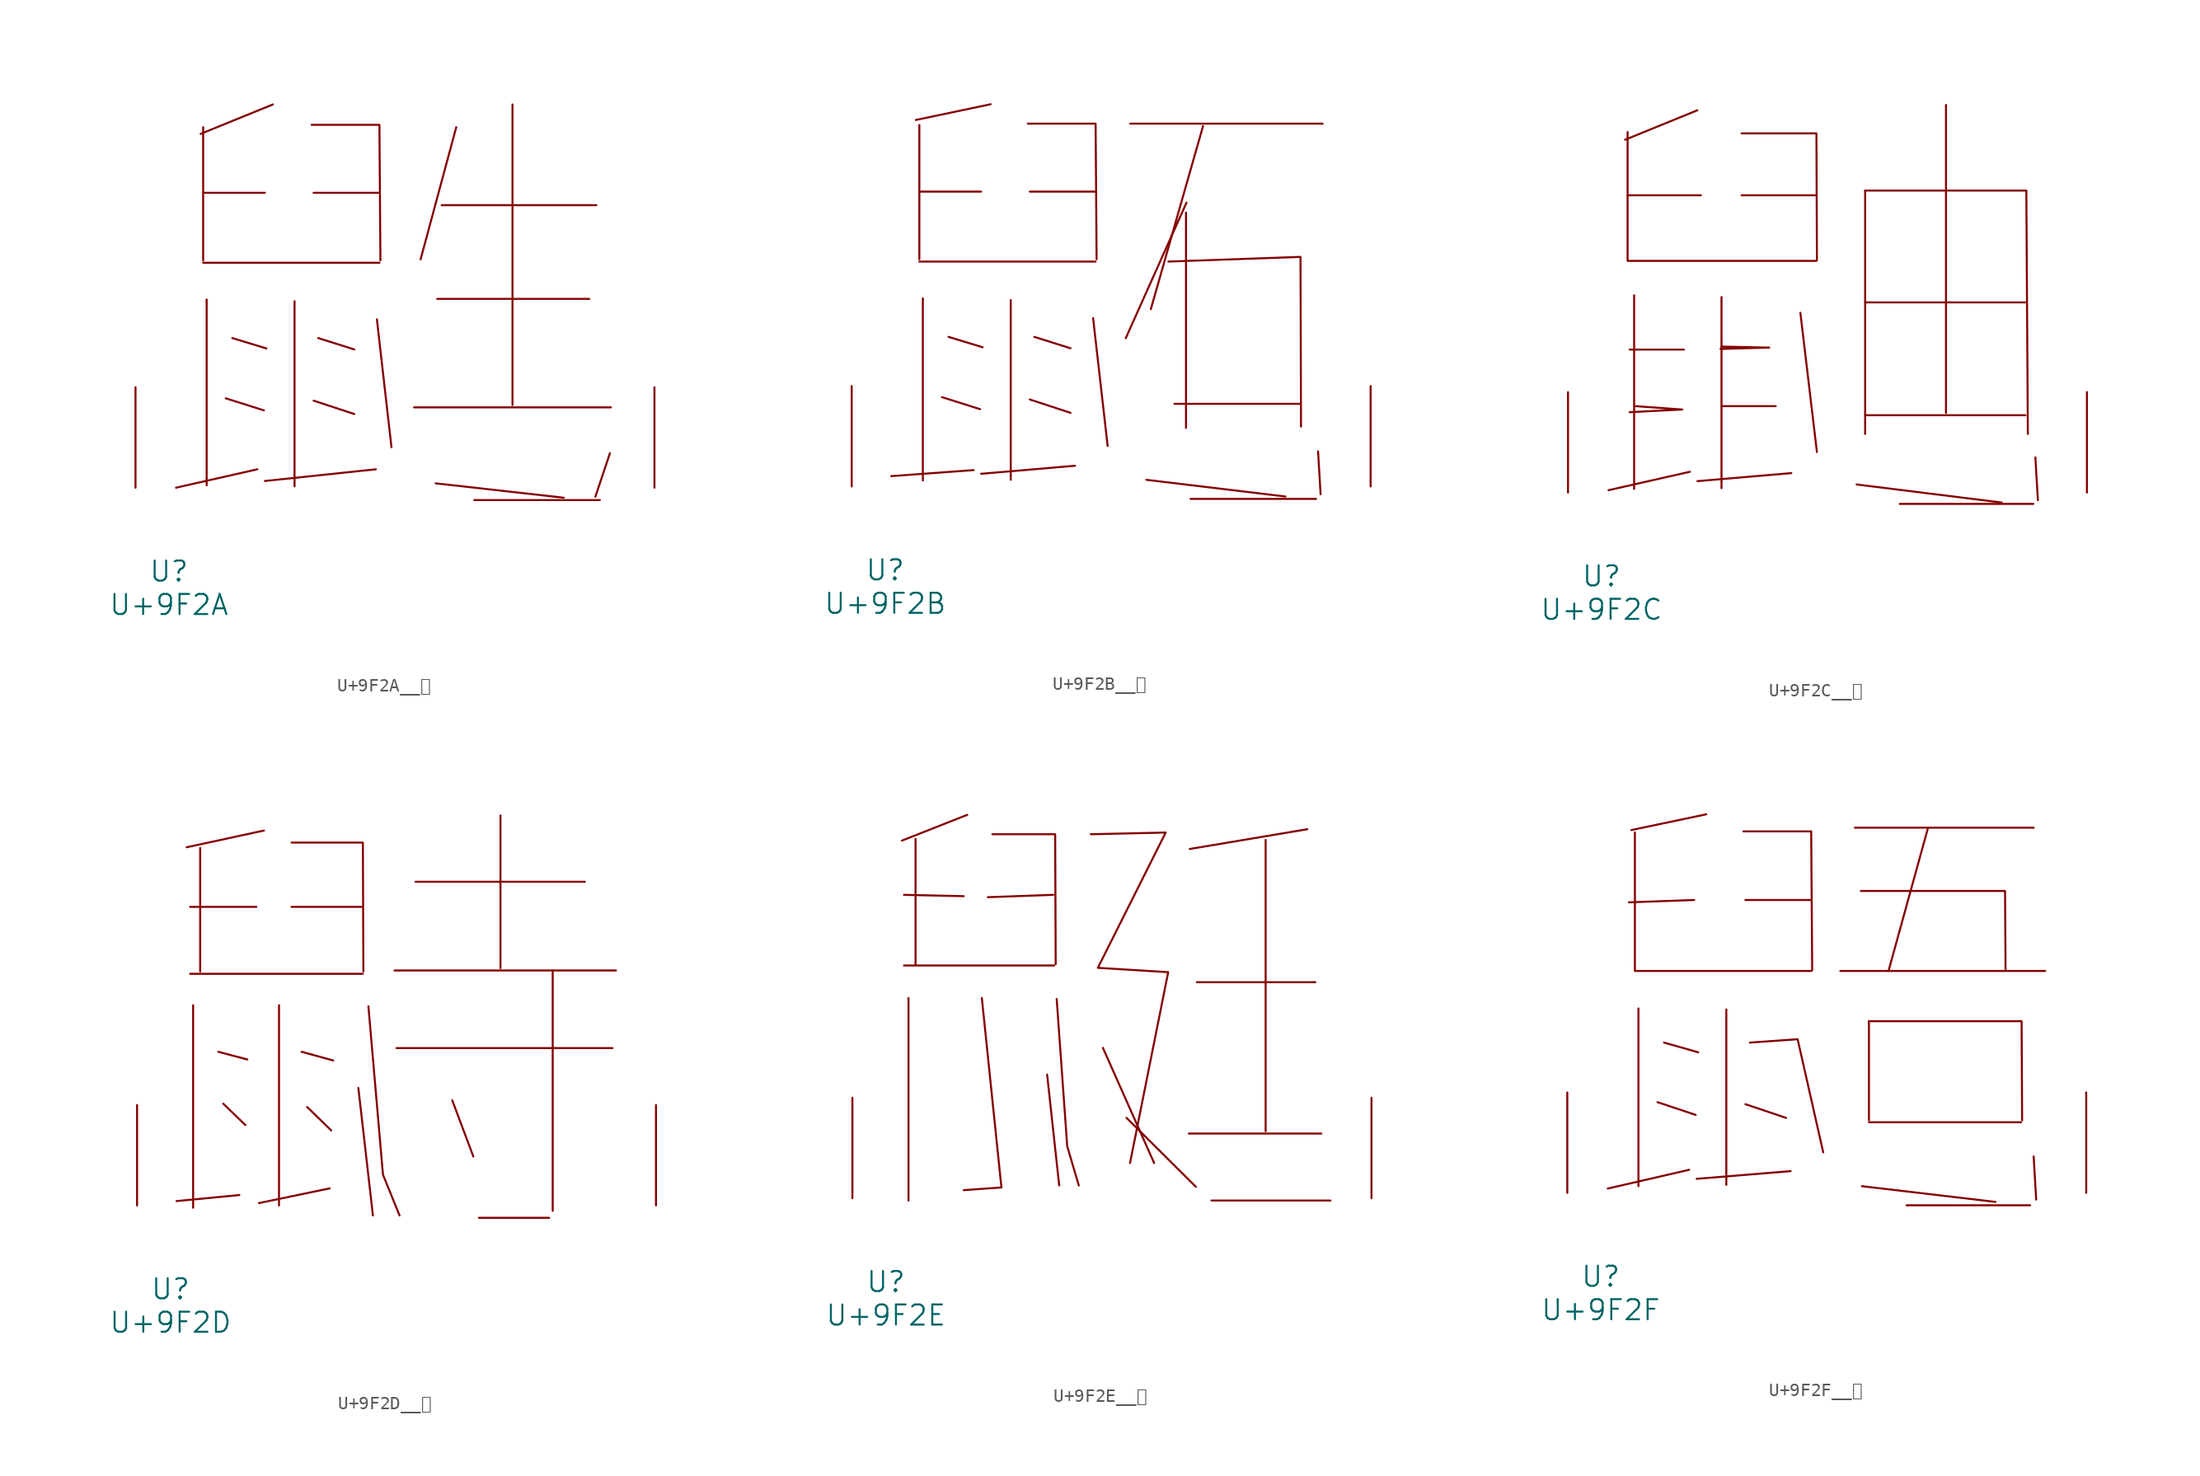
<source format=kicad_sym>
(kicad_symbol_lib
  (version 20231120)
  (generator "kicad_symbol_editor")
  (generator_version "8.0")
  (symbol "U+9F2A__鼪"
    (pin_names
      (offset 1.016))
    (property "Reference" "U"
      (at 0 -6.35 0)
      (effects (font (size 1.524 1.524))))
    (property "Value" "U+9F2A"
      (at 0 -8.89 0)
      (effects (font (size 1.524 1.524))))
    (symbol "U+9F2A__鼪_0_1"
      (polyline (pts (xy 2.591 17.069) (xy 15.964 17.069)) (stroke (width 0) (type solid)) (fill (type none)))
      (polyline (pts (xy 2.591 22.377) (xy 7.277 22.377)) (stroke (width 0) (type solid)) (fill (type none)))
      (polyline (pts (xy 2.591 27.356) (xy 2.591 17.247)) (stroke (width 0) (type solid)) (fill (type none)))
      (polyline (pts (xy 2.857 14.275) (xy 2.857 0.178)) (stroke (width 0) (type solid)) (fill (type none)))
      (polyline (pts (xy 4.305 6.782) (xy 7.201 5.867)) (stroke (width 0) (type solid)) (fill (type none)))
      (polyline (pts (xy 4.801 11.354) (xy 7.391 10.566)) (stroke (width 0) (type solid)) (fill (type none)))
      (polyline (pts (xy 6.706 1.397) (xy 0.533 0)) (stroke (width 0) (type solid)) (fill (type none)))
      (polyline (pts (xy 7.887 29.083) (xy 2.4 26.848)) (stroke (width 0) (type solid)) (fill (type none)))
      (polyline (pts (xy 9.525 14.148) (xy 9.525 0.102)) (stroke (width 0) (type solid)) (fill (type none)))
      (polyline (pts (xy 10.973 6.604) (xy 14.059 5.588)) (stroke (width 0) (type solid)) (fill (type none)))
      (polyline (pts (xy 10.973 22.377) (xy 15.964 22.377)) (stroke (width 0) (type solid)) (fill (type none)))
      (polyline (pts (xy 11.316 11.354) (xy 14.059 10.49)) (stroke (width 0) (type solid)) (fill (type none)))
      (polyline (pts (xy 15.697 1.397) (xy 7.277 0.508)) (stroke (width 0) (type solid)) (fill (type none)))
      (polyline (pts (xy 15.773 12.776) (xy 16.878 3.073)) (stroke (width 0) (type solid)) (fill (type none)))
      (polyline (pts (xy 18.593 6.096) (xy 33.528 6.096)) (stroke (width 0) (type solid)) (fill (type none)))
      (polyline (pts (xy 20.231 0.33) (xy 29.947 -0.762)) (stroke (width 0) (type solid)) (fill (type none)))
      (polyline (pts (xy 20.345 14.326) (xy 31.89 14.326)) (stroke (width 0) (type solid)) (fill (type none)))
      (polyline (pts (xy 20.688 21.438) (xy 32.423 21.438)) (stroke (width 0) (type solid)) (fill (type none)))
      (polyline (pts (xy 21.793 27.356) (xy 19.088 17.323)) (stroke (width 0) (type solid)) (fill (type none)))
      (polyline (pts (xy 23.165 -0.94) (xy 32.69 -0.94)) (stroke (width 0) (type solid)) (fill (type none)))
      (polyline (pts (xy 26.06 29.083) (xy 26.06 6.274)) (stroke (width 0) (type solid)) (fill (type none)))
      (polyline (pts (xy 33.452 2.616) (xy 32.347 -0.686)) (stroke (width 0) (type solid)) (fill (type none)))
      (polyline (pts (xy 10.82 27.534) (xy 15.964 27.534) (xy 16.04 17.247)) (stroke (width 0) (type solid)) (fill (type none)))
      (pin input line (at -2.54 0 90) (length 7.62) (name "~" (effects (font (size 1.27 1.27)))) (number "~" (effects (font (size 1.27 1.27)))))
      (pin input line (at 36.83 0 90) (length 7.62) (name "~" (effects (font (size 1.27 1.27)))) (number "~" (effects (font (size 1.27 1.27)))))))
  (symbol "U+9F2B__鼫"
    (pin_names
      (offset 1.016))
    (property "Reference" "U"
      (at 0 -6.35 0)
      (effects (font (size 1.524 1.524))))
    (property "Value" "U+9F2B"
      (at 0 -8.89 0)
      (effects (font (size 1.524 1.524))))
    (symbol "U+9F2B__鼫_0_1"
      (polyline (pts (xy 2.591 17.069) (xy 15.964 17.069)) (stroke (width 0) (type solid)) (fill (type none)))
      (polyline (pts (xy 2.591 22.377) (xy 7.277 22.377)) (stroke (width 0) (type solid)) (fill (type none)))
      (polyline (pts (xy 2.591 27.432) (xy 2.591 17.247)) (stroke (width 0) (type solid)) (fill (type none)))
      (polyline (pts (xy 2.857 14.275) (xy 2.857 0.457)) (stroke (width 0) (type solid)) (fill (type none)))
      (polyline (pts (xy 4.305 6.782) (xy 7.201 5.867)) (stroke (width 0) (type solid)) (fill (type none)))
      (polyline (pts (xy 4.801 11.354) (xy 7.391 10.566)) (stroke (width 0) (type solid)) (fill (type none)))
      (polyline (pts (xy 6.706 1.245) (xy 0.457 0.787)) (stroke (width 0) (type solid)) (fill (type none)))
      (polyline (pts (xy 8.001 29.007) (xy 2.324 27.813)) (stroke (width 0) (type solid)) (fill (type none)))
      (polyline (pts (xy 9.525 14.148) (xy 9.525 0.508)) (stroke (width 0) (type solid)) (fill (type none)))
      (polyline (pts (xy 10.973 6.604) (xy 14.059 5.588)) (stroke (width 0) (type solid)) (fill (type none)))
      (polyline (pts (xy 10.973 22.377) (xy 15.964 22.377)) (stroke (width 0) (type solid)) (fill (type none)))
      (polyline (pts (xy 11.316 11.354) (xy 14.059 10.49)) (stroke (width 0) (type solid)) (fill (type none)))
      (polyline (pts (xy 14.402 1.575) (xy 7.277 0.965)) (stroke (width 0) (type solid)) (fill (type none)))
      (polyline (pts (xy 15.773 12.776) (xy 16.878 3.073)) (stroke (width 0) (type solid)) (fill (type none)))
      (polyline (pts (xy 18.593 27.534) (xy 33.185 27.534)) (stroke (width 0) (type solid)) (fill (type none)))
      (polyline (pts (xy 19.812 0.508) (xy 30.366 -0.762)) (stroke (width 0) (type solid)) (fill (type none)))
      (polyline (pts (xy 21.946 6.274) (xy 31.433 6.274)) (stroke (width 0) (type solid)) (fill (type none)))
      (polyline (pts (xy 22.822 20.777) (xy 22.822 4.445)) (stroke (width 0) (type solid)) (fill (type none)))
      (polyline (pts (xy 22.86 21.539) (xy 18.25 11.252)) (stroke (width 0) (type solid)) (fill (type none)))
      (polyline (pts (xy 23.165 -0.94) (xy 32.69 -0.94)) (stroke (width 0) (type solid)) (fill (type none)))
      (polyline (pts (xy 24.117 27.356) (xy 20.155 13.462)) (stroke (width 0) (type solid)) (fill (type none)))
      (polyline (pts (xy 32.842 2.667) (xy 33.033 -0.584)) (stroke (width 0) (type solid)) (fill (type none)))
      (polyline (pts (xy 10.82 27.534) (xy 15.964 27.534) (xy 16.04 17.247)) (stroke (width 0) (type solid)) (fill (type none)))
      (polyline (pts (xy 21.488 17.069) (xy 31.509 17.424) (xy 31.547 4.547)) (stroke (width 0) (type solid)) (fill (type none)))
      (pin input line (at -2.54 0 90) (length 7.62) (name "~" (effects (font (size 1.27 1.27)))) (number "~" (effects (font (size 1.27 1.27)))))
      (pin input line (at 36.83 0 90) (length 7.62) (name "~" (effects (font (size 1.27 1.27)))) (number "~" (effects (font (size 1.27 1.27)))))))
  (symbol "U+9F2C__鼬"
    (pin_names
      (offset 1.016))
    (property "Reference" "U"
      (at 0 -6.35 0)
      (effects (font (size 1.524 1.524))))
    (property "Value" "U+9F2C"
      (at 0 -8.89 0)
      (effects (font (size 1.524 1.524))))
    (symbol "U+9F2C__鼬_0_1"
      (polyline (pts (xy 1.981 17.577) (xy 16.307 17.577)) (stroke (width 0) (type solid)) (fill (type none)))
      (polyline (pts (xy 1.981 22.555) (xy 7.544 22.555)) (stroke (width 0) (type solid)) (fill (type none)))
      (polyline (pts (xy 1.981 27.356) (xy 1.981 17.653)) (stroke (width 0) (type solid)) (fill (type none)))
      (polyline (pts (xy 2.477 14.961) (xy 2.477 0.279)) (stroke (width 0) (type solid)) (fill (type none)))
      (polyline (pts (xy 6.248 10.846) (xy 2.134 10.846)) (stroke (width 0) (type solid)) (fill (type none)))
      (polyline (pts (xy 6.706 1.575) (xy 0.533 0.178)) (stroke (width 0) (type solid)) (fill (type none)))
      (polyline (pts (xy 7.277 29.007) (xy 1.791 26.772)) (stroke (width 0) (type solid)) (fill (type none)))
      (polyline (pts (xy 9.106 6.553) (xy 13.221 6.553)) (stroke (width 0) (type solid)) (fill (type none)))
      (polyline (pts (xy 9.106 14.834) (xy 9.106 0.33)) (stroke (width 0) (type solid)) (fill (type none)))
      (polyline (pts (xy 10.63 22.555) (xy 16.307 22.555)) (stroke (width 0) (type solid)) (fill (type none)))
      (polyline (pts (xy 14.402 1.473) (xy 7.277 0.864)) (stroke (width 0) (type solid)) (fill (type none)))
      (polyline (pts (xy 15.088 13.64) (xy 16.345 3.073)) (stroke (width 0) (type solid)) (fill (type none)))
      (polyline (pts (xy 19.355 0.61) (xy 30.366 -0.762)) (stroke (width 0) (type solid)) (fill (type none)))
      (polyline (pts (xy 20.003 5.867) (xy 32.156 5.867)) (stroke (width 0) (type solid)) (fill (type none)))
      (polyline (pts (xy 20.003 14.427) (xy 32.156 14.427)) (stroke (width 0) (type solid)) (fill (type none)))
      (polyline (pts (xy 20.003 22.911) (xy 20.003 4.445)) (stroke (width 0) (type solid)) (fill (type none)))
      (polyline (pts (xy 22.631 -0.864) (xy 32.766 -0.864)) (stroke (width 0) (type solid)) (fill (type none)))
      (polyline (pts (xy 26.137 29.413) (xy 26.137 6.045)) (stroke (width 0) (type solid)) (fill (type none)))
      (polyline (pts (xy 32.918 2.667) (xy 33.109 -0.584)) (stroke (width 0) (type solid)) (fill (type none)))
      (polyline (pts (xy 2.591 6.553) (xy 6.134 6.299) (xy 2.134 6.096)) (stroke (width 0) (type solid)) (fill (type none)))
      (polyline (pts (xy 9.106 11.074) (xy 12.725 10.998) (xy 9.03 10.897)) (stroke (width 0) (type solid)) (fill (type none)))
      (polyline (pts (xy 10.63 27.254) (xy 16.307 27.254) (xy 16.345 17.653)) (stroke (width 0) (type solid)) (fill (type none)))
      (polyline (pts (xy 20.003 22.911) (xy 32.233 22.911) (xy 32.347 4.445)) (stroke (width 0) (type solid)) (fill (type none)))
      (pin input line (at -2.54 0 90) (length 7.62) (name "~" (effects (font (size 1.27 1.27)))) (number "~" (effects (font (size 1.27 1.27)))))
      (pin input line (at 36.83 0 90) (length 7.62) (name "~" (effects (font (size 1.27 1.27)))) (number "~" (effects (font (size 1.27 1.27)))))))
  (symbol "U+9F2D__鼭"
    (pin_names
      (offset 1.016))
    (property "Reference" "U"
      (at 0 -6.35 0)
      (effects (font (size 1.524 1.524))))
    (property "Value" "U+9F2D"
      (at 0 -8.89 0)
      (effects (font (size 1.524 1.524))))
    (symbol "U+9F2D__鼭_0_1"
      (polyline (pts (xy 1.486 17.577) (xy 14.592 17.577)) (stroke (width 0) (type solid)) (fill (type none)))
      (polyline (pts (xy 1.486 22.657) (xy 6.515 22.657)) (stroke (width 0) (type solid)) (fill (type none)))
      (polyline (pts (xy 1.714 15.189) (xy 1.714 -0.178)) (stroke (width 0) (type solid)) (fill (type none)))
      (polyline (pts (xy 2.248 27.127) (xy 2.248 17.755)) (stroke (width 0) (type solid)) (fill (type none)))
      (polyline (pts (xy 3.619 11.659) (xy 5.829 11.074)) (stroke (width 0) (type solid)) (fill (type none)))
      (polyline (pts (xy 4 7.722) (xy 5.677 6.096)) (stroke (width 0) (type solid)) (fill (type none)))
      (polyline (pts (xy 5.22 0.787) (xy 0.457 0.33)) (stroke (width 0) (type solid)) (fill (type none)))
      (polyline (pts (xy 7.087 28.448) (xy 1.219 27.178)) (stroke (width 0) (type solid)) (fill (type none)))
      (polyline (pts (xy 8.23 15.189) (xy 8.23 0)) (stroke (width 0) (type solid)) (fill (type none)))
      (polyline (pts (xy 9.182 22.657) (xy 14.592 22.657)) (stroke (width 0) (type solid)) (fill (type none)))
      (polyline (pts (xy 9.944 11.659) (xy 12.344 10.998)) (stroke (width 0) (type solid)) (fill (type none)))
      (polyline (pts (xy 10.363 7.468) (xy 12.192 5.69)) (stroke (width 0) (type solid)) (fill (type none)))
      (polyline (pts (xy 12.078 1.295) (xy 6.706 0.178)) (stroke (width 0) (type solid)) (fill (type none)))
      (polyline (pts (xy 14.249 8.915) (xy 15.354 -0.762)) (stroke (width 0) (type solid)) (fill (type none)))
      (polyline (pts (xy 16.993 17.831) (xy 33.795 17.831)) (stroke (width 0) (type solid)) (fill (type none)))
      (polyline (pts (xy 17.145 11.938) (xy 33.528 11.938)) (stroke (width 0) (type solid)) (fill (type none)))
      (polyline (pts (xy 18.593 24.562) (xy 31.433 24.562)) (stroke (width 0) (type solid)) (fill (type none)))
      (polyline (pts (xy 21.374 7.976) (xy 22.974 3.708)) (stroke (width 0) (type solid)) (fill (type none)))
      (polyline (pts (xy 23.393 -0.94) (xy 28.727 -0.94)) (stroke (width 0) (type solid)) (fill (type none)))
      (polyline (pts (xy 25.032 29.591) (xy 25.032 18.009)) (stroke (width 0) (type solid)) (fill (type none)))
      (polyline (pts (xy 28.994 17.831) (xy 28.994 -0.406)) (stroke (width 0) (type solid)) (fill (type none)))
      (polyline (pts (xy 9.182 27.534) (xy 14.592 27.534) (xy 14.63 17.755)) (stroke (width 0) (type solid)) (fill (type none)))
      (polyline (pts (xy 15.011 15.113) (xy 16.116 2.337) (xy 17.374 -0.762)) (stroke (width 0) (type solid)) (fill (type none)))
      (pin input line (at -2.54 0 90) (length 7.62) (name "~" (effects (font (size 1.27 1.27)))) (number "~" (effects (font (size 1.27 1.27)))))
      (pin input line (at 36.83 0 90) (length 7.62) (name "~" (effects (font (size 1.27 1.27)))) (number "~" (effects (font (size 1.27 1.27)))))))
  (symbol "U+9F2E__鼮"
    (pin_names
      (offset 1.016))
    (property "Reference" "U"
      (at 0 -6.35 0)
      (effects (font (size 1.524 1.524))))
    (property "Value" "U+9F2E"
      (at 0 -8.89 0)
      (effects (font (size 1.524 1.524))))
    (symbol "U+9F2E__鼮_0_1"
      (polyline (pts (xy 1.372 17.653) (xy 12.764 17.653)) (stroke (width 0) (type solid)) (fill (type none)))
      (polyline (pts (xy 1.372 23.012) (xy 5.905 22.911)) (stroke (width 0) (type solid)) (fill (type none)))
      (polyline (pts (xy 1.714 15.189) (xy 1.714 -0.178)) (stroke (width 0) (type solid)) (fill (type none)))
      (polyline (pts (xy 2.248 27.254) (xy 2.248 17.755)) (stroke (width 0) (type solid)) (fill (type none)))
      (polyline (pts (xy 6.172 29.083) (xy 1.219 27.127)) (stroke (width 0) (type solid)) (fill (type none)))
      (polyline (pts (xy 12.23 9.373) (xy 13.145 0.965)) (stroke (width 0) (type solid)) (fill (type none)))
      (polyline (pts (xy 12.687 23.012) (xy 7.734 22.835)) (stroke (width 0) (type solid)) (fill (type none)))
      (polyline (pts (xy 16.459 11.405) (xy 20.345 2.667)) (stroke (width 0) (type solid)) (fill (type none)))
      (polyline (pts (xy 18.25 6.096) (xy 23.508 0.864)) (stroke (width 0) (type solid)) (fill (type none)))
      (polyline (pts (xy 22.974 4.902) (xy 33.033 4.902)) (stroke (width 0) (type solid)) (fill (type none)))
      (polyline (pts (xy 23.584 16.383) (xy 32.575 16.383)) (stroke (width 0) (type solid)) (fill (type none)))
      (polyline (pts (xy 24.689 -0.178) (xy 33.718 -0.178)) (stroke (width 0) (type solid)) (fill (type none)))
      (polyline (pts (xy 28.804 27.178) (xy 28.804 5.08)) (stroke (width 0) (type solid)) (fill (type none)))
      (polyline (pts (xy 31.966 27.991) (xy 23.05 26.492)) (stroke (width 0) (type solid)) (fill (type none)))
      (polyline (pts (xy 7.277 15.189) (xy 8.763 0.813) (xy 5.905 0.61)) (stroke (width 0) (type solid)) (fill (type none)))
      (polyline (pts (xy 8.077 27.61) (xy 12.84 27.61) (xy 12.878 17.755)) (stroke (width 0) (type solid)) (fill (type none)))
      (polyline (pts (xy 12.954 15.113) (xy 13.754 3.937) (xy 14.63 0.965)) (stroke (width 0) (type solid)) (fill (type none)))
      (polyline (pts (xy 15.545 27.61) (xy 21.222 27.737) (xy 16.078 17.475) (xy 21.412 17.145) (xy 18.517 2.667)) (stroke (width 0) (type solid)) (fill (type none)))
      (pin input line (at -2.54 0 90) (length 7.62) (name "~" (effects (font (size 1.27 1.27)))) (number "~" (effects (font (size 1.27 1.27)))))
      (pin input line (at 36.83 0 90) (length 7.62) (name "~" (effects (font (size 1.27 1.27)))) (number "~" (effects (font (size 1.27 1.27)))))))
  (symbol "U+9F2F__鼯"
    (pin_names
      (offset 1.016))
    (property "Reference" "U"
      (at 0 -6.35 0)
      (effects (font (size 1.524 1.524))))
    (property "Value" "U+9F2F"
      (at 0 -8.89 0)
      (effects (font (size 1.524 1.524))))
    (symbol "U+9F2F__鼯_0_1"
      (polyline (pts (xy 2.591 16.84) (xy 15.964 16.84)) (stroke (width 0) (type solid)) (fill (type none)))
      (polyline (pts (xy 2.591 27.356) (xy 2.591 16.891)) (stroke (width 0) (type solid)) (fill (type none)))
      (polyline (pts (xy 2.857 13.995) (xy 2.857 0.508)) (stroke (width 0) (type solid)) (fill (type none)))
      (polyline (pts (xy 4.305 6.883) (xy 7.201 5.918)) (stroke (width 0) (type solid)) (fill (type none)))
      (polyline (pts (xy 4.801 11.405) (xy 7.391 10.668)) (stroke (width 0) (type solid)) (fill (type none)))
      (polyline (pts (xy 6.706 1.753) (xy 0.533 0.33)) (stroke (width 0) (type solid)) (fill (type none)))
      (polyline (pts (xy 7.087 22.225) (xy 2.134 22.047)) (stroke (width 0) (type solid)) (fill (type none)))
      (polyline (pts (xy 8.001 28.727) (xy 2.324 27.534)) (stroke (width 0) (type solid)) (fill (type none)))
      (polyline (pts (xy 9.525 13.919) (xy 9.525 0.61)) (stroke (width 0) (type solid)) (fill (type none)))
      (polyline (pts (xy 10.973 6.731) (xy 14.059 5.69)) (stroke (width 0) (type solid)) (fill (type none)))
      (polyline (pts (xy 10.973 22.225) (xy 15.964 22.225)) (stroke (width 0) (type solid)) (fill (type none)))
      (polyline (pts (xy 14.402 1.651) (xy 7.277 1.067)) (stroke (width 0) (type solid)) (fill (type none)))
      (polyline (pts (xy 18.174 16.84) (xy 33.718 16.84)) (stroke (width 0) (type solid)) (fill (type none)))
      (polyline (pts (xy 19.279 27.711) (xy 32.842 27.711)) (stroke (width 0) (type solid)) (fill (type none)))
      (polyline (pts (xy 19.812 0.508) (xy 29.947 -0.686)) (stroke (width 0) (type solid)) (fill (type none)))
      (polyline (pts (xy 20.345 5.359) (xy 31.89 5.359)) (stroke (width 0) (type solid)) (fill (type none)))
      (polyline (pts (xy 20.345 13.03) (xy 20.345 5.512)) (stroke (width 0) (type solid)) (fill (type none)))
      (polyline (pts (xy 23.203 -0.94) (xy 32.575 -0.94)) (stroke (width 0) (type solid)) (fill (type none)))
      (polyline (pts (xy 24.803 27.61) (xy 21.831 16.84)) (stroke (width 0) (type solid)) (fill (type none)))
      (polyline (pts (xy 32.842 2.769) (xy 33.033 -0.508)) (stroke (width 0) (type solid)) (fill (type none)))
      (polyline (pts (xy 10.82 27.432) (xy 15.964 27.432) (xy 16.04 16.891)) (stroke (width 0) (type solid)) (fill (type none)))
      (polyline (pts (xy 11.316 11.405) (xy 14.935 11.659) (xy 16.878 3.073)) (stroke (width 0) (type solid)) (fill (type none)))
      (polyline (pts (xy 19.736 22.911) (xy 30.671 22.911) (xy 30.709 16.891)) (stroke (width 0) (type solid)) (fill (type none)))
      (polyline (pts (xy 20.345 13.03) (xy 31.928 13.03) (xy 31.966 5.512)) (stroke (width 0) (type solid)) (fill (type none)))
      (pin input line (at -2.54 0 90) (length 7.62) (name "~" (effects (font (size 1.27 1.27)))) (number "~" (effects (font (size 1.27 1.27)))))
      (pin input line (at 36.83 0 90) (length 7.62) (name "~" (effects (font (size 1.27 1.27)))) (number "~" (effects (font (size 1.27 1.27))))))))
</source>
